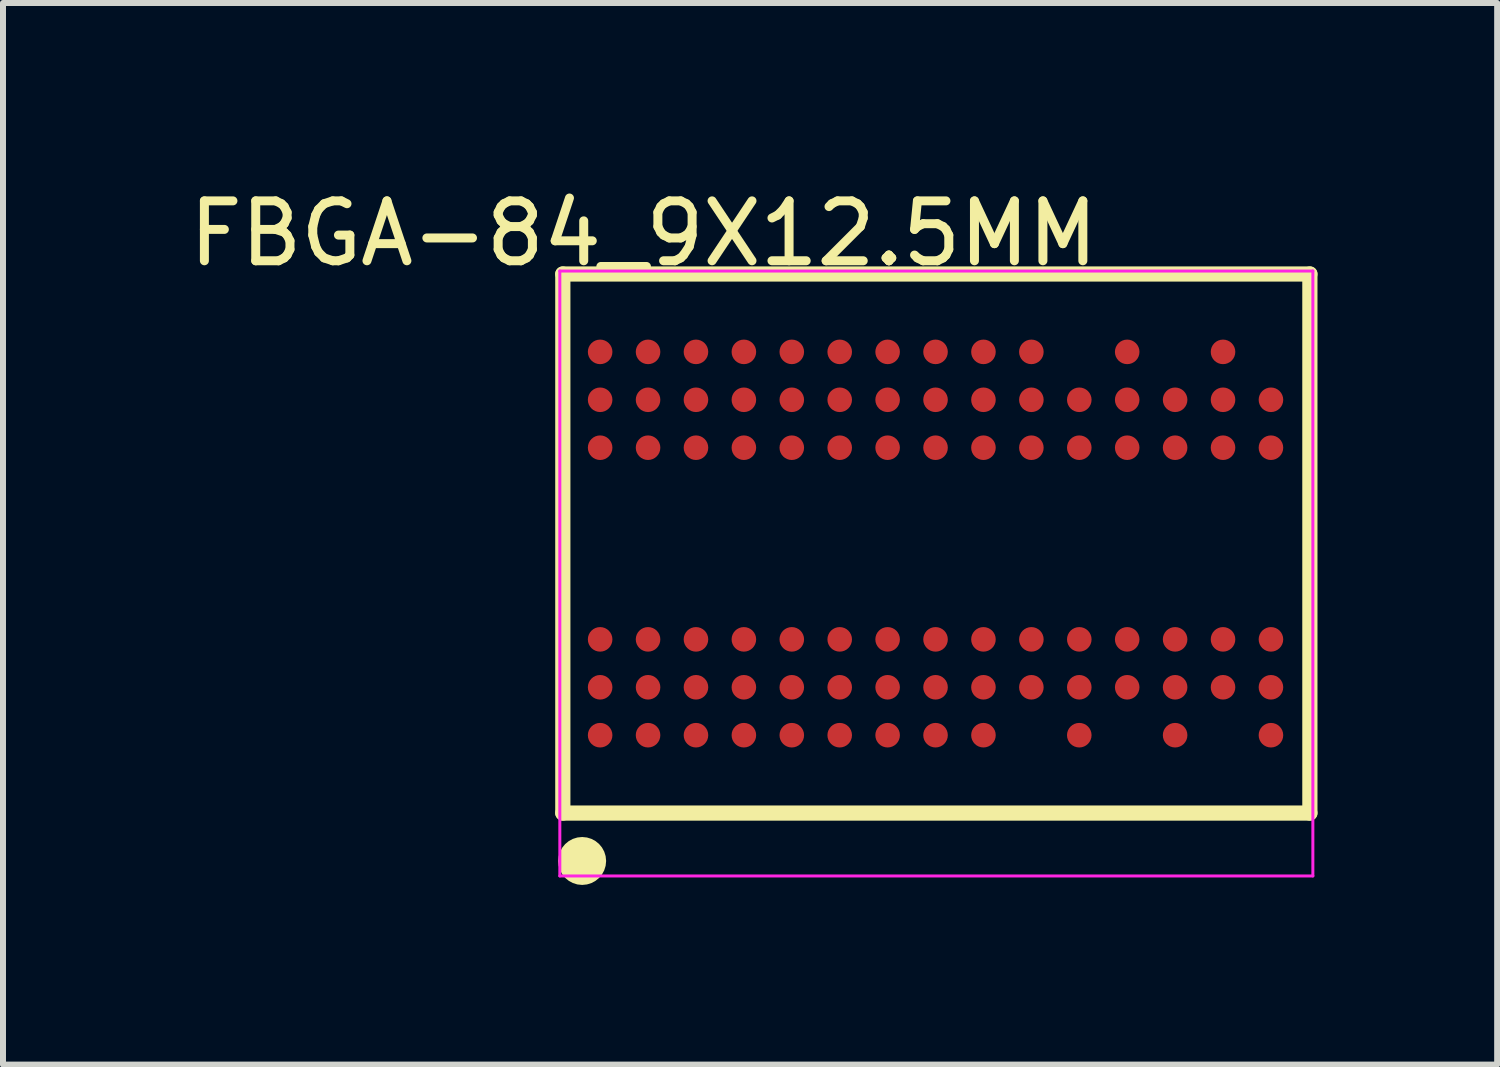
<source format=kicad_pcb>
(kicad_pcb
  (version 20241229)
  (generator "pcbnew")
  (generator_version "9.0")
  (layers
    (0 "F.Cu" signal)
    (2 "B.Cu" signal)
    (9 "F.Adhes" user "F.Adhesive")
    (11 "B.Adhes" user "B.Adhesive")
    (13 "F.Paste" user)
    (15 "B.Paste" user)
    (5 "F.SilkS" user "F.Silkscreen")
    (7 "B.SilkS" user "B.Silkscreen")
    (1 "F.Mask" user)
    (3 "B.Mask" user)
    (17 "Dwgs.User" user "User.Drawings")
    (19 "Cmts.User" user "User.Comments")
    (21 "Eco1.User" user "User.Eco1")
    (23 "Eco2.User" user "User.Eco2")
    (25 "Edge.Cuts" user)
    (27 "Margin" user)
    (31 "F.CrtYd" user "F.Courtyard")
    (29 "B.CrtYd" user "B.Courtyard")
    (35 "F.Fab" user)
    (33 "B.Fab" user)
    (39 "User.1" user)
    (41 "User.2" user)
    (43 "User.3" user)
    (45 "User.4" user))
  (footprint "FBGA-84_9X12.5MM"
    (layer "F.Cu")
    (at 12.57 6.025)
    (property "Reference" "FBGA-84_9X12.5MM" (at -4.874 -5.176 0) (layer "F.SilkS") (effects (font (size 1 1) (thickness 0.15))))
    (attr through_hole)
    (fp_line (start -6.223 -4.5) (end 6.25 -4.5) (stroke (width 0.254) (type solid)) (layer "F.SilkS"))
    (fp_line (start -6.223 4.5) (end -6.223 -4.5) (stroke (width 0.254) (type solid)) (layer "F.SilkS"))
    (fp_line (start -6.223 4.5) (end 6.25 4.5) (stroke (width 0.254) (type solid)) (layer "F.SilkS"))
    (fp_line (start 6.25 4.5) (end 6.25 -4.5) (stroke (width 0.254) (type solid)) (layer "F.SilkS"))
    (fp_circle (center -5.9 5.3) (end -5.7 5.3) (stroke (width 0.4) (type solid)) (fill no) (layer "F.SilkS"))
    (fp_line (start -6.273 -4.55) (end 6.3 -4.55) (stroke (width 0.05) (type solid)) (layer "F.CrtYd"))
    (fp_line (start -6.273 5.55) (end -6.273 -4.55) (stroke (width 0.05) (type solid)) (layer "F.CrtYd"))
    (fp_line (start 6.3 -4.55) (end 6.3 5.55) (stroke (width 0.05) (type solid)) (layer "F.CrtYd"))
    (fp_line (start 6.3 5.55) (end -6.273 5.55) (stroke (width 0.05) (type solid)) (layer "F.CrtYd"))
    (pad "A1" smd oval (at -5.6 3.2 90) (size 0.41 0.41) (layers "F.Cu" "F.Mask" "F.Paste"))
    (pad "A2" smd oval (at -5.6 2.4 90) (size 0.41 0.41) (layers "F.Cu" "F.Mask" "F.Paste"))
    (pad "A3" smd oval (at -5.6 1.6 90) (size 0.41 0.41) (layers "F.Cu" "F.Mask" "F.Paste"))
    (pad "A7" smd oval (at -5.6 -1.6 90) (size 0.41 0.41) (layers "F.Cu" "F.Mask" "F.Paste"))
    (pad "A8" smd oval (at -5.6 -2.4 90) (size 0.41 0.41) (layers "F.Cu" "F.Mask" "F.Paste"))
    (pad "A9" smd oval (at -5.6 -3.2 90) (size 0.41 0.41) (layers "F.Cu" "F.Mask" "F.Paste"))
    (pad "B1" smd oval (at -4.8 3.2 90) (size 0.41 0.41) (layers "F.Cu" "F.Mask" "F.Paste"))
    (pad "B2" smd oval (at -4.8 2.4 90) (size 0.41 0.41) (layers "F.Cu" "F.Mask" "F.Paste"))
    (pad "B3" smd oval (at -4.8 1.6 90) (size 0.41 0.41) (layers "F.Cu" "F.Mask" "F.Paste"))
    (pad "B7" smd oval (at -4.8 -1.6 90) (size 0.41 0.41) (layers "F.Cu" "F.Mask" "F.Paste"))
    (pad "B8" smd oval (at -4.8 -2.4 90) (size 0.41 0.41) (layers "F.Cu" "F.Mask" "F.Paste"))
    (pad "B9" smd oval (at -4.8 -3.2 90) (size 0.41 0.41) (layers "F.Cu" "F.Mask" "F.Paste"))
    (pad "C1" smd oval (at -4 3.2 90) (size 0.41 0.41) (layers "F.Cu" "F.Mask" "F.Paste"))
    (pad "C2" smd oval (at -4 2.4 90) (size 0.41 0.41) (layers "F.Cu" "F.Mask" "F.Paste"))
    (pad "C3" smd oval (at -4 1.6 90) (size 0.41 0.41) (layers "F.Cu" "F.Mask" "F.Paste"))
    (pad "C7" smd oval (at -4 -1.6 90) (size 0.41 0.41) (layers "F.Cu" "F.Mask" "F.Paste"))
    (pad "C8" smd oval (at -4 -2.4 90) (size 0.41 0.41) (layers "F.Cu" "F.Mask" "F.Paste"))
    (pad "C9" smd oval (at -4 -3.2 90) (size 0.41 0.41) (layers "F.Cu" "F.Mask" "F.Paste"))
    (pad "D1" smd oval (at -3.2 3.2 90) (size 0.41 0.41) (layers "F.Cu" "F.Mask" "F.Paste"))
    (pad "D2" smd oval (at -3.2 2.4 90) (size 0.41 0.41) (layers "F.Cu" "F.Mask" "F.Paste"))
    (pad "D3" smd oval (at -3.2 1.6 90) (size 0.41 0.41) (layers "F.Cu" "F.Mask" "F.Paste"))
    (pad "D7" smd oval (at -3.2 -1.6 90) (size 0.41 0.41) (layers "F.Cu" "F.Mask" "F.Paste"))
    (pad "D8" smd oval (at -3.2 -2.4 90) (size 0.41 0.41) (layers "F.Cu" "F.Mask" "F.Paste"))
    (pad "D9" smd oval (at -3.2 -3.2 90) (size 0.41 0.41) (layers "F.Cu" "F.Mask" "F.Paste"))
    (pad "E1" smd oval (at -2.4 3.2 90) (size 0.41 0.41) (layers "F.Cu" "F.Mask" "F.Paste"))
    (pad "E2" smd oval (at -2.4 2.4 90) (size 0.41 0.41) (layers "F.Cu" "F.Mask" "F.Paste"))
    (pad "E3" smd oval (at -2.4 1.6 90) (size 0.41 0.41) (layers "F.Cu" "F.Mask" "F.Paste"))
    (pad "E7" smd oval (at -2.4 -1.6 90) (size 0.41 0.41) (layers "F.Cu" "F.Mask" "F.Paste"))
    (pad "E8" smd oval (at -2.4 -2.4 90) (size 0.41 0.41) (layers "F.Cu" "F.Mask" "F.Paste"))
    (pad "E9" smd oval (at -2.4 -3.2 90) (size 0.41 0.41) (layers "F.Cu" "F.Mask" "F.Paste"))
    (pad "F1" smd oval (at -1.6 3.2 90) (size 0.41 0.41) (layers "F.Cu" "F.Mask" "F.Paste"))
    (pad "F2" smd oval (at -1.6 2.4 90) (size 0.41 0.41) (layers "F.Cu" "F.Mask" "F.Paste"))
    (pad "F3" smd oval (at -1.6 1.6 90) (size 0.41 0.41) (layers "F.Cu" "F.Mask" "F.Paste"))
    (pad "F7" smd oval (at -1.6 -1.6 90) (size 0.41 0.41) (layers "F.Cu" "F.Mask" "F.Paste"))
    (pad "F8" smd oval (at -1.6 -2.4 90) (size 0.41 0.41) (layers "F.Cu" "F.Mask" "F.Paste"))
    (pad "F9" smd oval (at -1.6 -3.2 90) (size 0.41 0.41) (layers "F.Cu" "F.Mask" "F.Paste"))
    (pad "G1" smd oval (at -0.8 3.2 90) (size 0.41 0.41) (layers "F.Cu" "F.Mask" "F.Paste"))
    (pad "G2" smd oval (at -0.8 2.4 90) (size 0.41 0.41) (layers "F.Cu" "F.Mask" "F.Paste"))
    (pad "G3" smd oval (at -0.8 1.6 90) (size 0.41 0.41) (layers "F.Cu" "F.Mask" "F.Paste"))
    (pad "G7" smd oval (at -0.8 -1.6 90) (size 0.41 0.41) (layers "F.Cu" "F.Mask" "F.Paste"))
    (pad "G8" smd oval (at -0.8 -2.4 90) (size 0.41 0.41) (layers "F.Cu" "F.Mask" "F.Paste"))
    (pad "G9" smd oval (at -0.8 -3.2 90) (size 0.41 0.41) (layers "F.Cu" "F.Mask" "F.Paste"))
    (pad "H1" smd oval (at 0 3.2 90) (size 0.41 0.41) (layers "F.Cu" "F.Mask" "F.Paste"))
    (pad "H2" smd oval (at 0 2.4 90) (size 0.41 0.41) (layers "F.Cu" "F.Mask" "F.Paste"))
    (pad "H3" smd oval (at 0 1.6 90) (size 0.41 0.41) (layers "F.Cu" "F.Mask" "F.Paste"))
    (pad "H7" smd oval (at 0 -1.6 90) (size 0.41 0.41) (layers "F.Cu" "F.Mask" "F.Paste"))
    (pad "H8" smd oval (at 0 -2.4 90) (size 0.41 0.41) (layers "F.Cu" "F.Mask" "F.Paste"))
    (pad "H9" smd oval (at 0 -3.2 90) (size 0.41 0.41) (layers "F.Cu" "F.Mask" "F.Paste"))
    (pad "J1" smd oval (at 0.8 3.2 90) (size 0.41 0.41) (layers "F.Cu" "F.Mask" "F.Paste"))
    (pad "J2" smd oval (at 0.8 2.4 90) (size 0.41 0.41) (layers "F.Cu" "F.Mask" "F.Paste"))
    (pad "J3" smd oval (at 0.8 1.6 90) (size 0.41 0.41) (layers "F.Cu" "F.Mask" "F.Paste"))
    (pad "J7" smd oval (at 0.8 -1.6 90) (size 0.41 0.41) (layers "F.Cu" "F.Mask" "F.Paste"))
    (pad "J8" smd oval (at 0.8 -2.4 90) (size 0.41 0.41) (layers "F.Cu" "F.Mask" "F.Paste"))
    (pad "J9" smd oval (at 0.8 -3.2 90) (size 0.41 0.41) (layers "F.Cu" "F.Mask" "F.Paste"))
    (pad "K2" smd oval (at 1.6 2.4 90) (size 0.41 0.41) (layers "F.Cu" "F.Mask" "F.Paste"))
    (pad "K3" smd oval (at 1.6 1.6 90) (size 0.41 0.41) (layers "F.Cu" "F.Mask" "F.Paste"))
    (pad "K7" smd oval (at 1.6 -1.6 90) (size 0.41 0.41) (layers "F.Cu" "F.Mask" "F.Paste"))
    (pad "K8" smd oval (at 1.6 -2.4 90) (size 0.41 0.41) (layers "F.Cu" "F.Mask" "F.Paste"))
    (pad "K9" smd oval (at 1.6 -3.2 90) (size 0.41 0.41) (layers "F.Cu" "F.Mask" "F.Paste"))
    (pad "L1" smd oval (at 2.4 3.2 90) (size 0.41 0.41) (layers "F.Cu" "F.Mask" "F.Paste"))
    (pad "L2" smd oval (at 2.4 2.4 90) (size 0.41 0.41) (layers "F.Cu" "F.Mask" "F.Paste"))
    (pad "L3" smd oval (at 2.4 1.6 90) (size 0.41 0.41) (layers "F.Cu" "F.Mask" "F.Paste"))
    (pad "L7" smd oval (at 2.4 -1.6 90) (size 0.41 0.41) (layers "F.Cu" "F.Mask" "F.Paste"))
    (pad "L8" smd oval (at 2.4 -2.4 90) (size 0.41 0.41) (layers "F.Cu" "F.Mask" "F.Paste"))
    (pad "M2" smd oval (at 3.2 2.4 90) (size 0.41 0.41) (layers "F.Cu" "F.Mask" "F.Paste"))
    (pad "M3" smd oval (at 3.2 1.6 90) (size 0.41 0.41) (layers "F.Cu" "F.Mask" "F.Paste"))
    (pad "M7" smd oval (at 3.2 -1.6 90) (size 0.41 0.41) (layers "F.Cu" "F.Mask" "F.Paste"))
    (pad "M8" smd oval (at 3.2 -2.4 90) (size 0.41 0.41) (layers "F.Cu" "F.Mask" "F.Paste"))
    (pad "M9" smd oval (at 3.2 -3.2 90) (size 0.41 0.41) (layers "F.Cu" "F.Mask" "F.Paste"))
    (pad "N1" smd oval (at 4 3.2 90) (size 0.41 0.41) (layers "F.Cu" "F.Mask" "F.Paste"))
    (pad "N2" smd oval (at 4 2.4 90) (size 0.41 0.41) (layers "F.Cu" "F.Mask" "F.Paste"))
    (pad "N3" smd oval (at 4 1.6 90) (size 0.41 0.41) (layers "F.Cu" "F.Mask" "F.Paste"))
    (pad "N7" smd oval (at 4 -1.6 90) (size 0.41 0.41) (layers "F.Cu" "F.Mask" "F.Paste"))
    (pad "N8" smd oval (at 4 -2.4 90) (size 0.41 0.41) (layers "F.Cu" "F.Mask" "F.Paste"))
    (pad "P2" smd oval (at 4.8 2.4 90) (size 0.41 0.41) (layers "F.Cu" "F.Mask" "F.Paste"))
    (pad "P3" smd oval (at 4.8 1.6 90) (size 0.41 0.41) (layers "F.Cu" "F.Mask" "F.Paste"))
    (pad "P7" smd oval (at 4.8 -1.6 90) (size 0.41 0.41) (layers "F.Cu" "F.Mask" "F.Paste"))
    (pad "P8" smd oval (at 4.8 -2.4 90) (size 0.41 0.41) (layers "F.Cu" "F.Mask" "F.Paste"))
    (pad "P9" smd oval (at 4.8 -3.2 90) (size 0.41 0.41) (layers "F.Cu" "F.Mask" "F.Paste"))
    (pad "R1" smd oval (at 5.6 3.2 90) (size 0.41 0.41) (layers "F.Cu" "F.Mask" "F.Paste"))
    (pad "R2" smd oval (at 5.6 2.4 90) (size 0.41 0.41) (layers "F.Cu" "F.Mask" "F.Paste"))
    (pad "R3" smd oval (at 5.6 1.6 90) (size 0.41 0.41) (layers "F.Cu" "F.Mask" "F.Paste"))
    (pad "R7" smd oval (at 5.6 -1.6 90) (size 0.41 0.41) (layers "F.Cu" "F.Mask" "F.Paste"))
    (pad "R8" smd oval (at 5.6 -2.4 90) (size 0.41 0.41) (layers "F.Cu" "F.Mask" "F.Paste")))
  (gr_rect
    (start -3 -3)
    (end 21.947 14.725)
    (stroke (width 0.1) (type default))
    (fill no)
    (layer "Edge.Cuts")))
</source>
